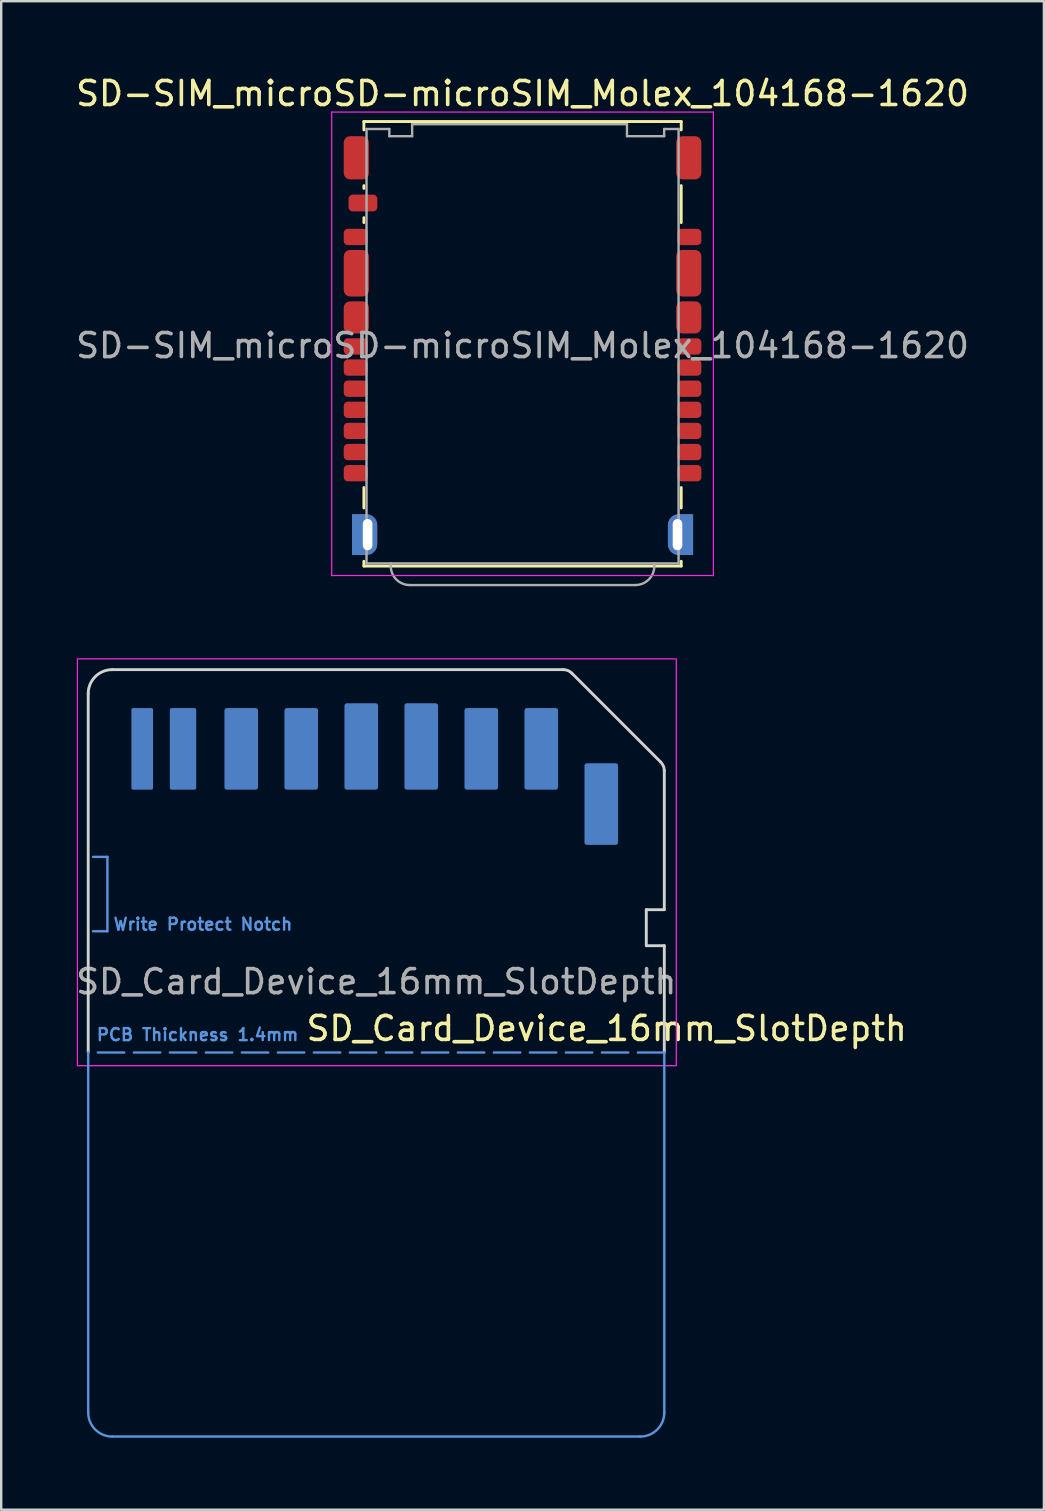
<source format=kicad_pcb>
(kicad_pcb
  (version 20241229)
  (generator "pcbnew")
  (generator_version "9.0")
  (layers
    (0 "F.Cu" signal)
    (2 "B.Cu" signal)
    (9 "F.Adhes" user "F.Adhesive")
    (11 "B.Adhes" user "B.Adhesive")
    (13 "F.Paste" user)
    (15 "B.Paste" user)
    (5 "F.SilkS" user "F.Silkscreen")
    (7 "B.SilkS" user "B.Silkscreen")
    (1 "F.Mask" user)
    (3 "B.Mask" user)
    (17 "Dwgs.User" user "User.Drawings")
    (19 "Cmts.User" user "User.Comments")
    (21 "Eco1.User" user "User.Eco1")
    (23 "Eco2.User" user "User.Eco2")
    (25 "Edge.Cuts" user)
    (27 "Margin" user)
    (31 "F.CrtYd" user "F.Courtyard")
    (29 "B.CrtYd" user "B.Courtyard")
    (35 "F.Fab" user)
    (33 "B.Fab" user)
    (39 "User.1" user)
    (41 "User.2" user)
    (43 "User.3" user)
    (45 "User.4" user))
  (footprint "SD_Card_Device_16mm_SlotDepth"
    (layer "F.Cu")
    (at 12.625 40.848)
    (property "Reference" "SD_Card_Device_16mm_SlotDepth" (at 9.6 -1.05 0) (unlocked yes) (layer "F.SilkS") (effects (font (size 1 1) (thickness 0.15))))
    (attr exclude_from_pos_files exclude_from_bom)
    (fp_poly (pts (xy -11.9 -15.95) (xy 7.95 -15.95) (xy 11.95 -11.95) (xy 11.95 -8.65) (xy 7.65 -8.65) (xy 7.65 -10.95) (xy -11.9 -10.95)) (stroke (width 0.1) (type solid)) (fill yes) (layer "B.Mask"))
    (fp_line (start -12 14.95) (end -12 -0.05) (stroke (width 0.1) (type default)) (layer "Cmts.User"))
    (fp_line (start -11.8 -8.2) (end -11.2 -8.2) (stroke (width 0.1) (type default)) (layer "Cmts.User"))
    (fp_line (start -11.2 -8.2) (end -11.2 -5.1) (stroke (width 0.1) (type default)) (layer "Cmts.User"))
    (fp_line (start -11.2 -5.1) (end -11.8 -5.1) (stroke (width 0.1) (type default)) (layer "Cmts.User"))
    (fp_line (start 11 15.95) (end -11 15.95) (stroke (width 0.1) (type default)) (layer "Cmts.User"))
    (fp_line (start 12 -0.05) (end -12 -0.05) (stroke (width 0.1) (type dash)) (layer "Cmts.User"))
    (fp_line (start 12 -0.05) (end 12 14.95) (stroke (width 0.1) (type default)) (layer "Cmts.User"))
    (fp_arc (start -11 15.95) (mid -11.707107 15.657107) (end -12 14.95) (stroke (width 0.1) (type default)) (layer "Cmts.User"))
    (fp_arc (start 12 14.95) (mid 11.707107 15.657107) (end 11 15.95) (stroke (width 0.1) (type default)) (layer "Cmts.User"))
    (fp_line (start -12 -0.05) (end -12 -15) (stroke (width 0.12) (type default)) (layer "Edge.Cuts"))
    (fp_line (start -11 -16) (end 7.793 -16) (stroke (width 0.12) (type default)) (layer "Edge.Cuts"))
    (fp_line (start 8.146 -15.854) (end 11.854 -12.146) (stroke (width 0.12) (type default)) (layer "Edge.Cuts"))
    (fp_line (start 11.25 -6) (end 11.25 -4.5) (stroke (width 0.12) (type default)) (layer "Edge.Cuts"))
    (fp_line (start 11.25 -4.5) (end 12 -4.5) (stroke (width 0.12) (type default)) (layer "Edge.Cuts"))
    (fp_line (start 12 -11.793) (end 12 -6) (stroke (width 0.12) (type default)) (layer "Edge.Cuts"))
    (fp_line (start 12 -6) (end 11.25 -6) (stroke (width 0.12) (type default)) (layer "Edge.Cuts"))
    (fp_line (start 12 -4.5) (end 12 -0.05) (stroke (width 0.12) (type default)) (layer "Edge.Cuts"))
    (fp_arc (start -12 -15) (mid -11.707107 -15.707107) (end -11 -16) (stroke (width 0.12) (type default)) (layer "Edge.Cuts"))
    (fp_arc (start 7.792893 -16) (mid 7.984235 -15.96194) (end 8.146447 -15.853553) (stroke (width 0.12) (type default)) (layer "Edge.Cuts"))
    (fp_arc (start 11.853554 -12.146446) (mid 11.96194 -11.984234) (end 12 -11.792893) (stroke (width 0.12) (type default)) (layer "Edge.Cuts"))
    (fp_rect (start -12.45 -16.45) (end 12.5 0.5) (stroke (width 0.05) (type default)) (fill no) (layer "F.CrtYd"))
    (fp_text user "Write Protect Notch" (at -11 -5.1 0) (unlocked yes) (layer "Cmts.User") (effects (font (size 0.5 0.5) (thickness 0.1) (bold yes)) (justify left bottom)))
    (fp_text user "PCB Thickness 1.4mm" (at -11.7 -0.5 0) (unlocked yes) (layer "Cmts.User") (effects (font (size 0.5 0.5) (thickness 0.1) (bold yes)) (justify left bottom)))
    (fp_text user "${REFERENCE}" (at 0 -3 0) (unlocked yes) (layer "F.Fab") (effects (font (size 1 1) (thickness 0.15))))
    (pad "1" connect roundrect (at 6.875 -12.7) (size 1.4 3.4) (layers "B.Cu" "B.Mask") (roundrect_rratio 0.071))
    (pad "2" connect roundrect (at 4.375 -12.7) (size 1.4 3.4) (layers "B.Cu" "B.Mask") (roundrect_rratio 0.071))
    (pad "3" connect roundrect (at 1.875 -12.8) (size 1.4 3.6) (layers "B.Cu" "B.Mask") (roundrect_rratio 0.071))
    (pad "4" connect roundrect (at -0.625 -12.8) (size 1.4 3.6) (layers "B.Cu" "B.Mask") (roundrect_rratio 0.071))
    (pad "5" connect roundrect (at -3.125 -12.7) (size 1.4 3.4) (layers "B.Cu" "B.Mask") (roundrect_rratio 0.071))
    (pad "6" connect roundrect (at -5.625 -12.7) (size 1.4 3.4) (layers "B.Cu" "B.Mask") (roundrect_rratio 0.071))
    (pad "7" connect roundrect (at -8.05 -12.7) (size 1.1 3.4) (layers "B.Cu" "B.Mask") (roundrect_rratio 0.071))
    (pad "8" connect roundrect (at -9.75 -12.7) (size 0.9 3.4) (layers "B.Cu" "B.Mask") (roundrect_rratio 0.071))
    (pad "9" connect roundrect (at 9.375 -10.4) (size 1.4 3.4) (layers "B.Cu" "B.Mask") (roundrect_rratio 0.071))
    (zone (net_name "") (layers "F.Cu" "B.Cu") (hatch edge 0.5) (connect_pads) (min_thickness 0.25) (filled_areas_thickness no) (keepout (tracks allowed) (vias allowed) (pads allowed) (copperpour allowed) (footprints not_allowed)) (placement (enabled no)) (fill) (polygon (pts (xy 0.675 29.998) (xy 20.175 29.998) (xy 20.175 32.298) (xy 24.575 32.298) (xy 24.575 34.798) (xy 23.825 34.798) (xy 23.825 36.398) (xy 24.575 36.398) (xy 24.575 40.748) (xy 0.675 40.748)))))
  (footprint "SD-SIM_microSD-microSIM_Molex_104168-1620"
    (layer "F.Cu")
    (at 18.72 11.348)
    (property "Reference" "SD-SIM_microSD-microSIM_Molex_104168-1620" (at 0 -10.5 0) (layer "F.SilkS") (effects (font (size 1 1) (thickness 0.15))))
    (attr smd)
    (fp_line (start -6.61 -9.335) (end 6.61 -9.335) (stroke (width 0.12) (type solid)) (layer "F.SilkS"))
    (fp_line (start -6.61 -8.985) (end -6.61 -9.335) (stroke (width 0.12) (type solid)) (layer "F.SilkS"))
    (fp_line (start -6.61 -6.665) (end -6.61 -6.55) (stroke (width 0.12) (type solid)) (layer "F.SilkS"))
    (fp_line (start -6.61 -5.33) (end -6.61 -5.125) (stroke (width 0.12) (type solid)) (layer "F.SilkS"))
    (fp_line (start -6.61 5.915) (end -6.61 6.765) (stroke (width 0.12) (type solid)) (layer "F.SilkS"))
    (fp_line (start -6.61 8.985) (end -6.61 9.185) (stroke (width 0.12) (type solid)) (layer "F.SilkS"))
    (fp_line (start -6.61 9.185) (end 6.61 9.185) (stroke (width 0.12) (type solid)) (layer "F.SilkS"))
    (fp_line (start 6.61 -8.985) (end 6.61 -9.335) (stroke (width 0.12) (type solid)) (layer "F.SilkS"))
    (fp_line (start 6.61 -6.665) (end 6.61 -5.125) (stroke (width 0.12) (type solid)) (layer "F.SilkS"))
    (fp_line (start 6.61 5.915) (end 6.61 6.765) (stroke (width 0.12) (type solid)) (layer "F.SilkS"))
    (fp_line (start 6.61 8.985) (end 6.61 9.185) (stroke (width 0.12) (type solid)) (layer "F.SilkS"))
    (fp_line (start -7.95 -9.73) (end -7.95 9.58) (stroke (width 0.05) (type solid)) (layer "F.CrtYd"))
    (fp_line (start -7.95 -9.73) (end 7.95 -9.73) (stroke (width 0.05) (type solid)) (layer "F.CrtYd"))
    (fp_line (start -7.95 9.58) (end 7.95 9.58) (stroke (width 0.05) (type solid)) (layer "F.CrtYd"))
    (fp_line (start 7.95 -9.73) (end 7.95 9.58) (stroke (width 0.05) (type solid)) (layer "F.CrtYd"))
    (fp_line (start -6.5 -9.025) (end -6.5 9.075) (stroke (width 0.1) (type solid)) (layer "F.Fab"))
    (fp_line (start -6.5 -9.025) (end -5.55 -9.025) (stroke (width 0.1) (type solid)) (layer "F.Fab"))
    (fp_line (start -6.5 9.075) (end 6.5 9.075) (stroke (width 0.1) (type solid)) (layer "F.Fab"))
    (fp_line (start -5.55 -9.025) (end -5.55 -8.725) (stroke (width 0.1) (type solid)) (layer "F.Fab"))
    (fp_line (start -5.55 -8.725) (end -4.6 -8.725) (stroke (width 0.1) (type solid)) (layer "F.Fab"))
    (fp_line (start -5.49 9.075) (end -5.49 9.185) (stroke (width 0.1) (type solid)) (layer "F.Fab"))
    (fp_line (start -4.7 9.975) (end 4.7 9.975) (stroke (width 0.1) (type solid)) (layer "F.Fab"))
    (fp_line (start -4.6 -9.225) (end -4.6 -8.725) (stroke (width 0.1) (type solid)) (layer "F.Fab"))
    (fp_line (start -4.6 -9.225) (end 4.35 -9.225) (stroke (width 0.1) (type solid)) (layer "F.Fab"))
    (fp_line (start 4.35 -9.225) (end 4.35 -8.725) (stroke (width 0.1) (type solid)) (layer "F.Fab"))
    (fp_line (start 4.35 -8.725) (end 5.9 -8.725) (stroke (width 0.1) (type solid)) (layer "F.Fab"))
    (fp_line (start 5.49 9.075) (end 5.49 9.185) (stroke (width 0.1) (type solid)) (layer "F.Fab"))
    (fp_line (start 5.9 -9.025) (end 5.9 -8.725) (stroke (width 0.1) (type solid)) (layer "F.Fab"))
    (fp_line (start 5.9 -9.025) (end 6.5 -9.025) (stroke (width 0.1) (type solid)) (layer "F.Fab"))
    (fp_line (start 6.5 -9.025) (end 6.5 9.075) (stroke (width 0.1) (type solid)) (layer "F.Fab"))
    (fp_arc (start -4.7 9.975) (mid -5.258614 9.743614) (end -5.49 9.185) (stroke (width 0.1) (type solid)) (layer "F.Fab"))
    (fp_arc (start 5.49 9.185) (mid 5.258614 9.743614) (end 4.7 9.975) (stroke (width 0.1) (type solid)) (layer "F.Fab"))
    (fp_text user "${REFERENCE}" (at 0 0 0) (layer "F.Fab") (effects (font (size 1 1) (thickness 0.15))))
    (pad "C1" smd roundrect (at 6.95 -4.525) (size 1 0.68) (layers "F.Cu" "F.Mask" "F.Paste") (roundrect_rratio 0.25))
    (pad "C2" smd roundrect (at 6.95 0.035) (size 1 0.68) (layers "F.Cu" "F.Mask" "F.Paste") (roundrect_rratio 0.25))
    (pad "C3" smd roundrect (at 6.95 0.915) (size 1 0.68) (layers "F.Cu" "F.Mask" "F.Paste") (roundrect_rratio 0.25))
    (pad "C4" smd roundrect (at 6.95 2.675) (size 1 0.68) (layers "F.Cu" "F.Mask" "F.Paste") (roundrect_rratio 0.25))
    (pad "C5" smd roundrect (at -6.95 2.675) (size 1 0.68) (layers "F.Cu" "F.Mask" "F.Paste") (roundrect_rratio 0.25))
    (pad "C6" smd roundrect (at -6.95 0.915) (size 1 0.68) (layers "F.Cu" "F.Mask" "F.Paste") (roundrect_rratio 0.25))
    (pad "C7" smd roundrect (at -6.95 0.035) (size 1 0.68) (layers "F.Cu" "F.Mask" "F.Paste") (roundrect_rratio 0.25))
    (pad "C8" smd roundrect (at -6.95 -4.525) (size 1 0.68) (layers "F.Cu" "F.Mask" "F.Paste") (roundrect_rratio 0.25))
    (pad "S1" smd roundrect (at 6.95 5.315) (size 1 0.68) (layers "F.Cu" "F.Mask" "F.Paste") (roundrect_rratio 0.25))
    (pad "S2" smd roundrect (at 6.95 4.435) (size 1 0.68) (layers "F.Cu" "F.Mask" "F.Paste") (roundrect_rratio 0.25))
    (pad "S3" smd roundrect (at -6.95 4.435) (size 1 0.68) (layers "F.Cu" "F.Mask" "F.Paste") (roundrect_rratio 0.25))
    (pad "S4" smd roundrect (at -6.95 5.315) (size 1 0.68) (layers "F.Cu" "F.Mask" "F.Paste") (roundrect_rratio 0.25))
    (pad "S5" smd roundrect (at 6.95 1.795) (size 1 0.68) (layers "F.Cu" "F.Mask" "F.Paste") (roundrect_rratio 0.25))
    (pad "S6" smd roundrect (at 6.95 3.555) (size 1 0.68) (layers "F.Cu" "F.Mask" "F.Paste") (roundrect_rratio 0.25))
    (pad "S7" smd roundrect (at -6.95 3.555) (size 1 0.68) (layers "F.Cu" "F.Mask" "F.Paste") (roundrect_rratio 0.25))
    (pad "S8" smd roundrect (at -6.95 1.795) (size 1 0.68) (layers "F.Cu" "F.Mask" "F.Paste") (roundrect_rratio 0.25))
    (pad "SH" smd roundrect (at -6.925 -7.825) (size 1.05 1.8) (layers "F.Cu" "F.Mask" "F.Paste") (roundrect_rratio 0.25))
    (pad "SH" smd roundrect (at -6.925 -3.015) (size 1.05 1.94) (layers "F.Cu" "F.Mask" "F.Paste") (roundrect_rratio 0.25))
    (pad "SH" smd roundrect (at -6.925 -1.175) (size 1.05 1.34) (layers "F.Cu" "F.Mask" "F.Paste") (roundrect_rratio 0.25))
    (pad "SH" thru_hole custom (at -6.455 7.875) (size 0.5 1.4) (drill oval 0.4 1.3) (layers "*.Cu" "*.Mask" "F.Paste") (options (anchor rect)) (primitives (gr_poly (pts (xy 0.4 -0.4) (xy 0 -0.4) (xy 0 -0.85) (xy -0.65 -0.85) (xy -0.65 0.85) (xy 0 0.85) (xy 0 0.4) (xy 0.4 0.4)) (width 0) (fill yes)) (gr_circle (center -0.05 0.4) (end 0.4 0.4) (width 0) (fill yes)) (gr_circle (center -0.05 -0.4) (end 0.4 -0.4) (width 0) (fill yes))))
    (pad "SH" thru_hole custom (at 6.455 7.875) (size 0.5 1.4) (drill oval 0.4 1.3) (layers "*.Cu" "*.Mask" "F.Paste") (options (anchor rect)) (primitives (gr_poly (pts (xy -0.4 -0.4) (xy 0 -0.4) (xy 0 -0.85) (xy 0.65 -0.85) (xy 0.65 0.85) (xy 0 0.85) (xy 0 0.4) (xy -0.4 0.4)) (width 0) (fill yes)) (gr_circle (center 0.05 0.4) (end 0.5 0.4) (width 0) (fill yes)) (gr_circle (center 0.05 -0.4) (end 0.5 -0.4) (width 0) (fill yes))))
    (pad "SH" smd roundrect (at 6.925 -7.825) (size 1.05 1.8) (layers "F.Cu" "F.Mask" "F.Paste") (roundrect_rratio 0.25))
    (pad "SH" smd roundrect (at 6.925 -3.015) (size 1.05 1.94) (layers "F.Cu" "F.Mask" "F.Paste") (roundrect_rratio 0.25))
    (pad "SH" smd roundrect (at 6.925 -1.175) (size 1.05 1.34) (layers "F.Cu" "F.Mask" "F.Paste") (roundrect_rratio 0.25))
    (pad "SW" smd roundrect (at -6.65 -5.94) (size 1.2 0.7) (layers "F.Cu" "F.Mask" "F.Paste") (roundrect_rratio 0.25))
    (zone (net_name "") (layer "F.Cu") (hatch edge 0.5) (connect_pads) (min_thickness 0.25) (filled_areas_thickness no) (keepout (tracks not_allowed) (vias not_allowed) (pads not_allowed) (copperpour not_allowed) (footprints allowed)) (placement (enabled no)) (fill) (polygon (pts (xy 12.73 2.623) (xy 24.71 2.623) (xy 24.71 20.313) (xy 12.73 20.313)))))
  (gr_rect
    (start -3 -3)
    (end 40.44 59.848)
    (stroke (width 0.1) (type default))
    (fill no)
    (layer "Edge.Cuts")))
</source>
